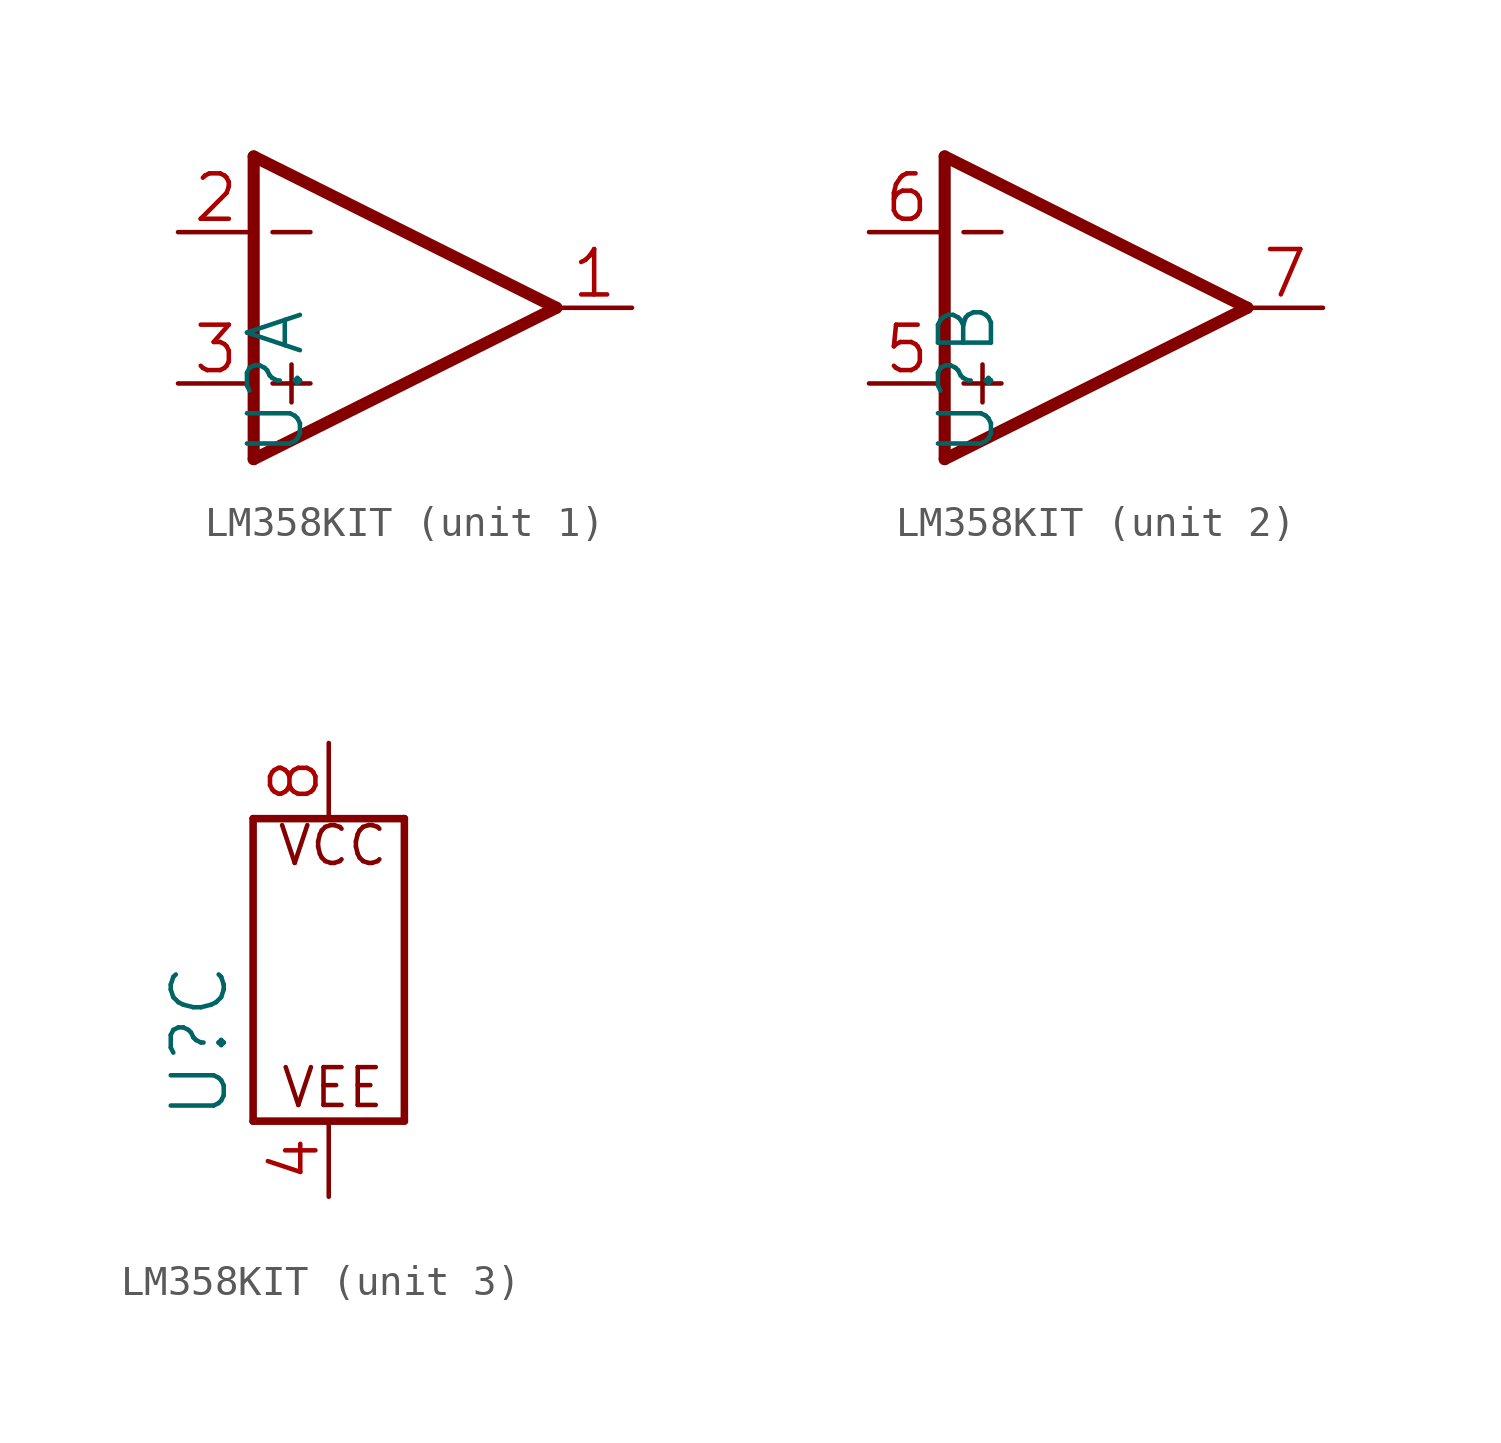
<source format=kicad_sym>
(kicad_symbol_lib
  (version 20241209)
  (generator "kicad_symbol_editor")
  (generator_version "9.0")
  (symbol "LM358KIT"
    (property "Reference" "U"
      (at -3.302 -5.08 90)
      (effects (font (size 1.778 1.778)) (justify left bottom)))
    (property "Value" ""
      (at 5.08 -5.08 90)
      (effects (font (size 1.778 1.778)) (justify left bottom)))
    (property "ki_locked" ""
      (at 0 0 0)
      (effects (font (size 1.27 1.27))))
    (symbol "LM358KIT_1_0"
      (polyline (pts (xy -5.08 5.08) (xy -5.08 -5.08)) (stroke (width 0.406) (type solid)) (fill (type none)))
      (polyline (pts (xy -5.08 -5.08) (xy 5.08 0)) (stroke (width 0.406) (type solid)) (fill (type none)))
      (polyline (pts (xy -4.445 2.54) (xy -3.175 2.54)) (stroke (width 0.152) (type solid)) (fill (type none)))
      (polyline (pts (xy -4.445 -2.54) (xy -3.175 -2.54)) (stroke (width 0.152) (type solid)) (fill (type none)))
      (polyline (pts (xy -3.81 -1.905) (xy -3.81 -3.175)) (stroke (width 0.152) (type solid)) (fill (type none)))
      (polyline (pts (xy 5.08 0) (xy -5.08 5.08)) (stroke (width 0.406) (type solid)) (fill (type none)))
      (pin input line (at -7.62 2.54 0) (length 2.54) (name "-IN" (effects (font (size 0 0)))) (number "2" (effects (font (size 1.524 1.524)))))
      (pin input line (at -7.62 -2.54 0) (length 2.54) (name "+IN" (effects (font (size 0 0)))) (number "3" (effects (font (size 1.524 1.524)))))
      (pin output line (at 7.62 0 180) (length 2.54) (name "OUT" (effects (font (size 0 0)))) (number "1" (effects (font (size 1.524 1.524))))))
    (symbol "LM358KIT_2_0"
      (polyline (pts (xy -5.08 5.08) (xy -5.08 -5.08)) (stroke (width 0.406) (type solid)) (fill (type none)))
      (polyline (pts (xy -5.08 -5.08) (xy 5.08 0)) (stroke (width 0.406) (type solid)) (fill (type none)))
      (polyline (pts (xy -4.445 2.54) (xy -3.175 2.54)) (stroke (width 0.152) (type solid)) (fill (type none)))
      (polyline (pts (xy -4.445 -2.54) (xy -3.175 -2.54)) (stroke (width 0.152) (type solid)) (fill (type none)))
      (polyline (pts (xy -3.81 -1.905) (xy -3.81 -3.175)) (stroke (width 0.152) (type solid)) (fill (type none)))
      (polyline (pts (xy 5.08 0) (xy -5.08 5.08)) (stroke (width 0.406) (type solid)) (fill (type none)))
      (pin input line (at -7.62 2.54 0) (length 2.54) (name "-IN" (effects (font (size 0 0)))) (number "6" (effects (font (size 1.524 1.524)))))
      (pin input line (at -7.62 -2.54 0) (length 2.54) (name "+IN" (effects (font (size 0 0)))) (number "5" (effects (font (size 1.524 1.524)))))
      (pin output line (at 7.62 0 180) (length 2.54) (name "OUT" (effects (font (size 0 0)))) (number "7" (effects (font (size 1.524 1.524))))))
    (symbol "LM358KIT_3_0"
      (polyline (pts (xy -2.54 5.08) (xy 2.54 5.08)) (stroke (width 0.254) (type solid)) (fill (type none)))
      (polyline (pts (xy -2.54 -5.08) (xy -2.54 5.08)) (stroke (width 0.254) (type solid)) (fill (type none)))
      (polyline (pts (xy 2.54 5.08) (xy 2.54 -5.08)) (stroke (width 0.254) (type solid)) (fill (type none)))
      (polyline (pts (xy 2.54 -5.08) (xy -2.54 -5.08)) (stroke (width 0.254) (type solid)) (fill (type none)))
      (text "VCC" (at 0.127 3.429 0) (effects (font (size 1.27 1.27)) (justify bottom)))
      (text "VEE" (at 0.127 -4.699 0) (effects (font (size 1.27 1.27)) (justify bottom)))
      (pin bidirectional line (at 0 7.62 270) (length 2.54) (name "P$V+" (effects (font (size 0 0)))) (number "8" (effects (font (size 1.524 1.524)))))
      (pin bidirectional line (at 0 -7.62 90) (length 2.54) (name "P$V-" (effects (font (size 0 0)))) (number "4" (effects (font (size 1.524 1.524))))))))
</source>
